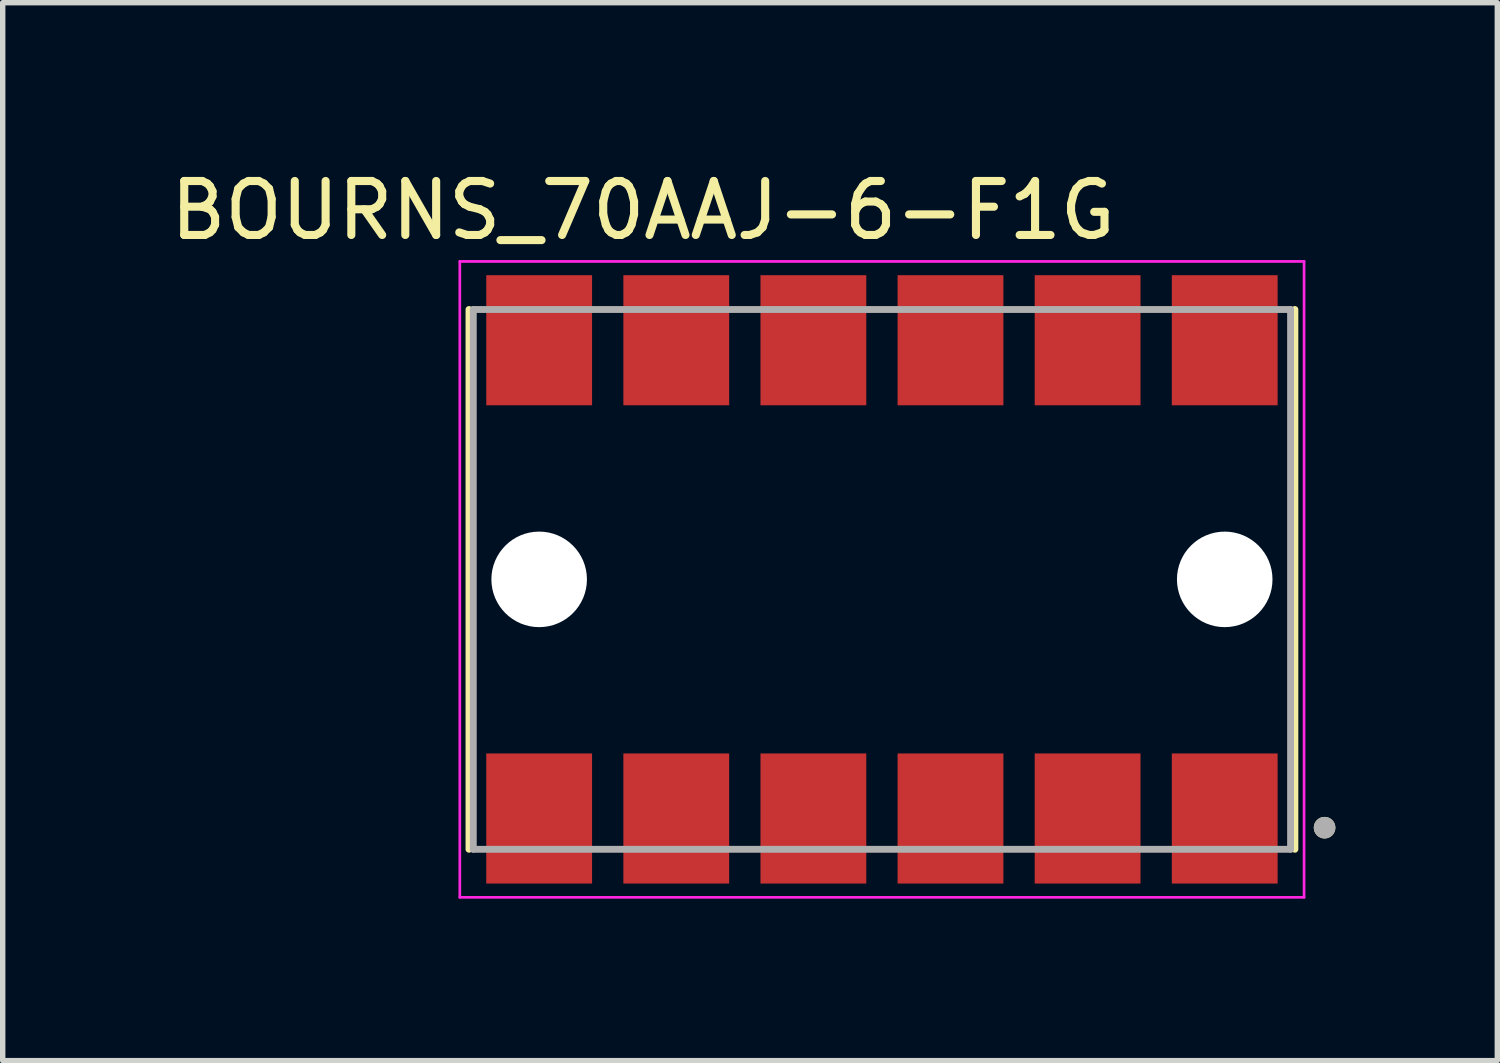
<source format=kicad_pcb>
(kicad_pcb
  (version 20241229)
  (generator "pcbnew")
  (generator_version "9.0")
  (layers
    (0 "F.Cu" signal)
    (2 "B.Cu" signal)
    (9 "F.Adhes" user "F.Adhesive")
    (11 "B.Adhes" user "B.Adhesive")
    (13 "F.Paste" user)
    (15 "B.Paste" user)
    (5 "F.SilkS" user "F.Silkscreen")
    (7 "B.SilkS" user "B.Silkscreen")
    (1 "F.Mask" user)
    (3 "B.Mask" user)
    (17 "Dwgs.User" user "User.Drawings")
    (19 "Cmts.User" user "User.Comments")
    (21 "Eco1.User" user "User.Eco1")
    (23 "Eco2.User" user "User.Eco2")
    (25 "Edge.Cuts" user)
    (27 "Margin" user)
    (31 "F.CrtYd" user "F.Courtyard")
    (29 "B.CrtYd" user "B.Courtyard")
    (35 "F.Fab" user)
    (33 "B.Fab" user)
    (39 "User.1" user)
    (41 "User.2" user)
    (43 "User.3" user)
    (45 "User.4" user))
  (footprint "BOURNS_70AAJ-6-F1G"
    (layer "F.Cu")
    (at 13.288 7.683)
    (property "Reference" "BOURNS_70AAJ-6-F1G" (at -4.425 -6.835 0) (layer "F.SilkS") (effects (font (size 1 1) (thickness 0.15))))
    (attr smd)
    (fp_line (start -7.65 -5) (end -7.65 5) (stroke (width 0.127) (type solid)) (layer "F.SilkS"))
    (fp_line (start 7.65 -5) (end 7.65 5) (stroke (width 0.127) (type solid)) (layer "F.SilkS"))
    (fp_circle (center 8.2 4.6) (end 8.3 4.6) (stroke (width 0.2) (type solid)) (fill no) (layer "F.SilkS"))
    (fp_line (start -7.82 -5.89) (end -7.82 5.89) (stroke (width 0.05) (type solid)) (layer "F.CrtYd"))
    (fp_line (start -7.82 5.89) (end 7.82 5.89) (stroke (width 0.05) (type solid)) (layer "F.CrtYd"))
    (fp_line (start 7.82 -5.89) (end -7.82 -5.89) (stroke (width 0.05) (type solid)) (layer "F.CrtYd"))
    (fp_line (start 7.82 5.89) (end 7.82 -5.89) (stroke (width 0.05) (type solid)) (layer "F.CrtYd"))
    (fp_line (start -7.57 -5) (end -7.57 5) (stroke (width 0.127) (type solid)) (layer "F.Fab"))
    (fp_line (start -7.57 5) (end 7.57 5) (stroke (width 0.127) (type solid)) (layer "F.Fab"))
    (fp_line (start 7.57 -5) (end -7.57 -5) (stroke (width 0.127) (type solid)) (layer "F.Fab"))
    (fp_line (start 7.57 5) (end 7.57 -5) (stroke (width 0.127) (type solid)) (layer "F.Fab"))
    (fp_circle (center 8.2 4.6) (end 8.3 4.6) (stroke (width 0.2) (type solid)) (fill no) (layer "F.Fab"))
    (pad "" np_thru_hole circle (at -6.35 0) (size 1.77 1.77) (drill 1.77) (layers "*.Cu" "*.Mask"))
    (pad "" np_thru_hole circle (at 6.35 0) (size 1.77 1.77) (drill 1.77) (layers "*.Cu" "*.Mask"))
    (pad "1_1" smd rect (at 6.35 4.43) (size 1.96 2.41) (layers "F.Cu" "F.Mask" "F.Paste"))
    (pad "1_2" smd rect (at 6.35 -4.43) (size 1.96 2.41) (layers "F.Cu" "F.Mask" "F.Paste"))
    (pad "2_1" smd rect (at 3.81 4.43) (size 1.96 2.41) (layers "F.Cu" "F.Mask" "F.Paste"))
    (pad "2_2" smd rect (at 3.81 -4.43) (size 1.96 2.41) (layers "F.Cu" "F.Mask" "F.Paste"))
    (pad "3_1" smd rect (at 1.27 4.43) (size 1.96 2.41) (layers "F.Cu" "F.Mask" "F.Paste"))
    (pad "3_2" smd rect (at 1.27 -4.43) (size 1.96 2.41) (layers "F.Cu" "F.Mask" "F.Paste"))
    (pad "4_1" smd rect (at -1.27 4.43) (size 1.96 2.41) (layers "F.Cu" "F.Mask" "F.Paste"))
    (pad "4_2" smd rect (at -1.27 -4.43) (size 1.96 2.41) (layers "F.Cu" "F.Mask" "F.Paste"))
    (pad "5_1" smd rect (at -3.81 4.43) (size 1.96 2.41) (layers "F.Cu" "F.Mask" "F.Paste"))
    (pad "5_2" smd rect (at -3.81 -4.43) (size 1.96 2.41) (layers "F.Cu" "F.Mask" "F.Paste"))
    (pad "6_1" smd rect (at -6.35 4.43) (size 1.96 2.41) (layers "F.Cu" "F.Mask" "F.Paste"))
    (pad "6_2" smd rect (at -6.35 -4.43) (size 1.96 2.41) (layers "F.Cu" "F.Mask" "F.Paste")))
  (gr_rect
    (start -3 -3)
    (end 24.688 16.598)
    (stroke (width 0.1) (type default))
    (fill no)
    (layer "Edge.Cuts")))
</source>
